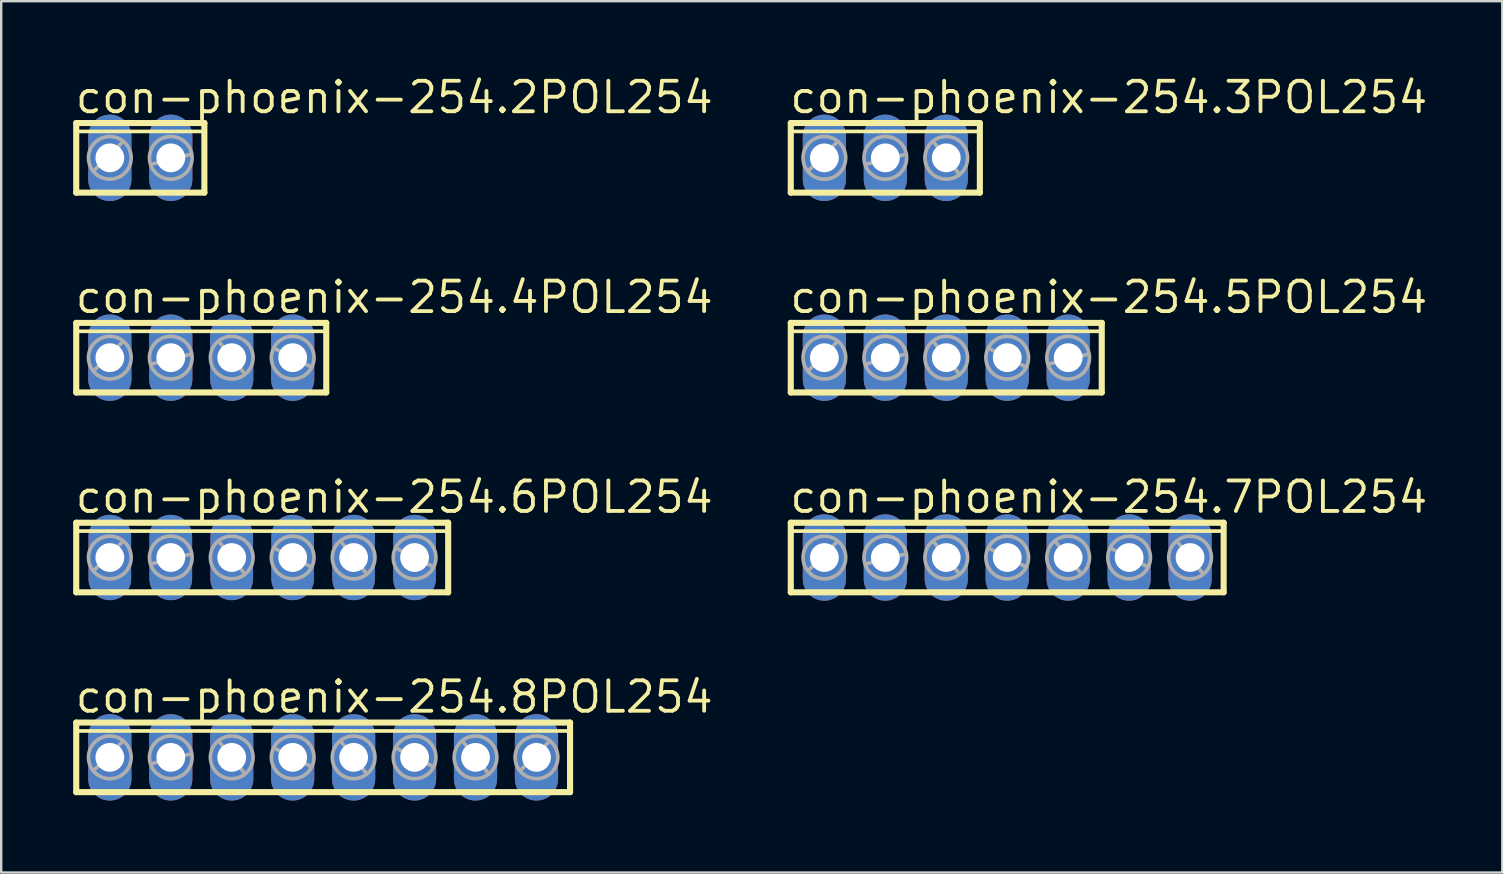
<source format=kicad_pcb>
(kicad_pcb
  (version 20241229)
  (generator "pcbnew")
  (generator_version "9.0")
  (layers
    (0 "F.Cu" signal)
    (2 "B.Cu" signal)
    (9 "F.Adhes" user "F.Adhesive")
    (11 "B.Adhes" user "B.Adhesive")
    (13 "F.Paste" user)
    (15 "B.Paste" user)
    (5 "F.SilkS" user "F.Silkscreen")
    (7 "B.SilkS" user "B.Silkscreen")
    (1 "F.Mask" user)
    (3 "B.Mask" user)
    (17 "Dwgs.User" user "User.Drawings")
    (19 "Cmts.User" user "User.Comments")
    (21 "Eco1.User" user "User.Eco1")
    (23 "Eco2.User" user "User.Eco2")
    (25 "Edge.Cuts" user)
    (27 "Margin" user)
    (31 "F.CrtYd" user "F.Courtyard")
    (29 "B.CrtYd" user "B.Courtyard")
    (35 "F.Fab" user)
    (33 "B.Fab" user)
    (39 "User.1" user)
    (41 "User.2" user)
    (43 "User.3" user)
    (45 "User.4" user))
  (footprint "con-phoenix-254.7POL254"
    (layer "F.Cu")
    (at 38.925 20.184)
    (property "Reference" "con-phoenix-254.7POL254" (at -9.144 -1.778 0) (layer "F.SilkS") (effects (font (size 1.27 1.27) (thickness 0.16)) (justify left bottom)))
    (attr through_hole)
    (fp_line (start -9.02 -1.45) (end -9.02 1.45) (stroke (width 0.254) (type default)) (layer "F.SilkS"))
    (fp_line (start -9.02 1.45) (end 9.02 1.45) (stroke (width 0.254) (type default)) (layer "F.SilkS"))
    (fp_line (start -8.91 -1.1) (end 8.91 -1.1) (stroke (width 0.152) (type default)) (layer "F.SilkS"))
    (fp_line (start 9.02 -1.45) (end -9.02 -1.45) (stroke (width 0.254) (type default)) (layer "F.SilkS"))
    (fp_line (start 9.02 1.45) (end 9.02 -1.45) (stroke (width 0.254) (type default)) (layer "F.SilkS"))
    (fp_line (start -8.255 0.508) (end -7.112 -0.635) (stroke (width 0.152) (type default)) (layer "F.Fab"))
    (fp_line (start -5.842 0.254) (end -4.318 -0.127) (stroke (width 0.152) (type default)) (layer "F.Fab"))
    (fp_line (start -3.048 -0.635) (end -2.032 0.635) (stroke (width 0.152) (type default)) (layer "F.Fab"))
    (fp_line (start -0.762 -0.381) (end 0.762 0.381) (stroke (width 0.152) (type default)) (layer "F.Fab"))
    (fp_line (start 2.032 -0.635) (end 3.048 0.635) (stroke (width 0.152) (type default)) (layer "F.Fab"))
    (fp_line (start 4.318 -0.381) (end 5.842 0.381) (stroke (width 0.152) (type default)) (layer "F.Fab"))
    (fp_line (start 7.112 -0.635) (end 8.128 0.635) (stroke (width 0.152) (type default)) (layer "F.Fab"))
    (fp_circle (center -7.62 0) (end -6.731 0) (stroke (width 0.152) (type default)) (fill no) (layer "F.Fab"))
    (fp_circle (center -5.08 0) (end -4.191 0) (stroke (width 0.152) (type default)) (fill no) (layer "F.Fab"))
    (fp_circle (center -2.54 0) (end -1.651 0) (stroke (width 0.152) (type default)) (fill no) (layer "F.Fab"))
    (fp_circle (center 0 0) (end 0.889 0) (stroke (width 0.152) (type default)) (fill no) (layer "F.Fab"))
    (fp_circle (center 2.54 0) (end 3.429 0) (stroke (width 0.152) (type default)) (fill no) (layer "F.Fab"))
    (fp_circle (center 5.08 0) (end 5.969 0) (stroke (width 0.152) (type default)) (fill no) (layer "F.Fab"))
    (fp_circle (center 7.62 0) (end 8.509 0) (stroke (width 0.152) (type default)) (fill no) (layer "F.Fab"))
    (pad "1" thru_hole oval (at -7.62 0 90) (size 3.6 1.8) (drill 1.2) (layers "*.Cu" "*.Mask"))
    (pad "2" thru_hole oval (at -5.08 0 90) (size 3.6 1.8) (drill 1.2) (layers "*.Cu" "*.Mask"))
    (pad "3" thru_hole oval (at -2.54 0 90) (size 3.6 1.8) (drill 1.2) (layers "*.Cu" "*.Mask"))
    (pad "4" thru_hole oval (at 0 0 90) (size 3.6 1.8) (drill 1.2) (layers "*.Cu" "*.Mask"))
    (pad "5" thru_hole oval (at 2.54 0 90) (size 3.6 1.8) (drill 1.2) (layers "*.Cu" "*.Mask"))
    (pad "6" thru_hole oval (at 5.08 0 90) (size 3.6 1.8) (drill 1.2) (layers "*.Cu" "*.Mask"))
    (pad "7" thru_hole oval (at 7.62 0 90) (size 3.6 1.8) (drill 1.2) (layers "*.Cu" "*.Mask")))
  (footprint "con-phoenix-254.6POL254"
    (layer "F.Cu")
    (at 7.877 20.184)
    (property "Reference" "con-phoenix-254.6POL254" (at -7.874 -1.778 0) (layer "F.SilkS") (effects (font (size 1.27 1.27) (thickness 0.16)) (justify left bottom)))
    (attr through_hole)
    (fp_line (start -7.75 -1.45) (end -7.75 1.45) (stroke (width 0.254) (type default)) (layer "F.SilkS"))
    (fp_line (start -7.75 1.45) (end 7.75 1.45) (stroke (width 0.254) (type default)) (layer "F.SilkS"))
    (fp_line (start -7.64 -1.1) (end 7.64 -1.1) (stroke (width 0.152) (type default)) (layer "F.SilkS"))
    (fp_line (start 7.75 -1.45) (end -7.75 -1.45) (stroke (width 0.254) (type default)) (layer "F.SilkS"))
    (fp_line (start 7.75 1.45) (end 7.75 -1.45) (stroke (width 0.254) (type default)) (layer "F.SilkS"))
    (fp_line (start -6.985 0.508) (end -5.842 -0.635) (stroke (width 0.152) (type default)) (layer "F.Fab"))
    (fp_line (start -4.572 0.254) (end -3.048 -0.127) (stroke (width 0.152) (type default)) (layer "F.Fab"))
    (fp_line (start -1.778 -0.635) (end -0.762 0.635) (stroke (width 0.152) (type default)) (layer "F.Fab"))
    (fp_line (start 0.508 -0.381) (end 2.032 0.381) (stroke (width 0.152) (type default)) (layer "F.Fab"))
    (fp_line (start 3.302 -0.635) (end 4.318 0.635) (stroke (width 0.152) (type default)) (layer "F.Fab"))
    (fp_line (start 5.588 -0.381) (end 7.112 0.381) (stroke (width 0.152) (type default)) (layer "F.Fab"))
    (fp_circle (center -6.35 0) (end -5.461 0) (stroke (width 0.152) (type default)) (fill no) (layer "F.Fab"))
    (fp_circle (center -3.81 0) (end -2.921 0) (stroke (width 0.152) (type default)) (fill no) (layer "F.Fab"))
    (fp_circle (center -1.27 0) (end -0.381 0) (stroke (width 0.152) (type default)) (fill no) (layer "F.Fab"))
    (fp_circle (center 1.27 0) (end 2.159 0) (stroke (width 0.152) (type default)) (fill no) (layer "F.Fab"))
    (fp_circle (center 3.81 0) (end 4.699 0) (stroke (width 0.152) (type default)) (fill no) (layer "F.Fab"))
    (fp_circle (center 6.35 0) (end 7.239 0) (stroke (width 0.152) (type default)) (fill no) (layer "F.Fab"))
    (pad "1" thru_hole oval (at -6.35 0 90) (size 3.556 1.778) (drill 1.2) (layers "*.Cu" "*.Mask"))
    (pad "2" thru_hole oval (at -3.81 0 90) (size 3.556 1.778) (drill 1.2) (layers "*.Cu" "*.Mask"))
    (pad "3" thru_hole oval (at -1.27 0 90) (size 3.556 1.778) (drill 1.2) (layers "*.Cu" "*.Mask"))
    (pad "4" thru_hole oval (at 1.27 0 90) (size 3.556 1.778) (drill 1.2) (layers "*.Cu" "*.Mask"))
    (pad "5" thru_hole oval (at 3.81 0 90) (size 3.556 1.778) (drill 1.2) (layers "*.Cu" "*.Mask"))
    (pad "6" thru_hole oval (at 6.35 0 90) (size 3.556 1.778) (drill 1.2) (layers "*.Cu" "*.Mask")))
  (footprint "con-phoenix-254.4POL254"
    (layer "F.Cu")
    (at 5.337 11.856)
    (property "Reference" "con-phoenix-254.4POL254" (at -5.334 -1.778 0) (layer "F.SilkS") (effects (font (size 1.27 1.27) (thickness 0.16)) (justify left bottom)))
    (attr through_hole)
    (fp_line (start -5.21 -1.45) (end -5.21 1.45) (stroke (width 0.254) (type default)) (layer "F.SilkS"))
    (fp_line (start -5.21 1.45) (end 5.21 1.45) (stroke (width 0.254) (type default)) (layer "F.SilkS"))
    (fp_line (start -5.1 -1.1) (end 5.1 -1.1) (stroke (width 0.152) (type default)) (layer "F.SilkS"))
    (fp_line (start 5.21 -1.45) (end -5.21 -1.45) (stroke (width 0.254) (type default)) (layer "F.SilkS"))
    (fp_line (start 5.21 1.45) (end 5.21 -1.45) (stroke (width 0.254) (type default)) (layer "F.SilkS"))
    (fp_line (start -4.445 0.508) (end -3.302 -0.635) (stroke (width 0.152) (type default)) (layer "F.Fab"))
    (fp_line (start -2.032 0.254) (end -0.508 -0.127) (stroke (width 0.152) (type default)) (layer "F.Fab"))
    (fp_line (start 0.762 -0.635) (end 1.778 0.635) (stroke (width 0.152) (type default)) (layer "F.Fab"))
    (fp_line (start 3.048 -0.381) (end 4.572 0.381) (stroke (width 0.152) (type default)) (layer "F.Fab"))
    (fp_circle (center -3.81 0) (end -2.921 0) (stroke (width 0.152) (type default)) (fill no) (layer "F.Fab"))
    (fp_circle (center -1.27 0) (end -0.381 0) (stroke (width 0.152) (type default)) (fill no) (layer "F.Fab"))
    (fp_circle (center 1.27 0) (end 2.159 0) (stroke (width 0.152) (type default)) (fill no) (layer "F.Fab"))
    (fp_circle (center 3.81 0) (end 4.699 0) (stroke (width 0.152) (type default)) (fill no) (layer "F.Fab"))
    (pad "1" thru_hole oval (at -3.81 0 90) (size 3.6 1.8) (drill 1.2) (layers "*.Cu" "*.Mask"))
    (pad "2" thru_hole oval (at -1.27 0 90) (size 3.6 1.8) (drill 1.2) (layers "*.Cu" "*.Mask"))
    (pad "3" thru_hole oval (at 1.27 0 90) (size 3.6 1.8) (drill 1.2) (layers "*.Cu" "*.Mask"))
    (pad "4" thru_hole oval (at 3.81 0 90) (size 3.6 1.8) (drill 1.2) (layers "*.Cu" "*.Mask")))
  (footprint "con-phoenix-254.2POL254"
    (layer "F.Cu")
    (at 2.797 3.528)
    (property "Reference" "con-phoenix-254.2POL254" (at -2.794 -1.778 0) (layer "F.SilkS") (effects (font (size 1.27 1.27) (thickness 0.16)) (justify left bottom)))
    (attr through_hole)
    (fp_line (start -2.67 -1.45) (end -2.67 1.45) (stroke (width 0.254) (type default)) (layer "F.SilkS"))
    (fp_line (start -2.67 1.45) (end 2.67 1.45) (stroke (width 0.254) (type default)) (layer "F.SilkS"))
    (fp_line (start -2.56 -1.1) (end 2.56 -1.1) (stroke (width 0.152) (type default)) (layer "F.SilkS"))
    (fp_line (start 2.67 -1.45) (end -2.67 -1.45) (stroke (width 0.254) (type default)) (layer "F.SilkS"))
    (fp_line (start 2.67 1.45) (end 2.67 -1.45) (stroke (width 0.254) (type default)) (layer "F.SilkS"))
    (fp_line (start -1.905 0.508) (end -0.762 -0.635) (stroke (width 0.152) (type default)) (layer "F.Fab"))
    (fp_line (start 0.508 0.254) (end 2.032 -0.127) (stroke (width 0.152) (type default)) (layer "F.Fab"))
    (fp_circle (center -1.27 0) (end -0.381 0) (stroke (width 0.152) (type default)) (fill no) (layer "F.Fab"))
    (fp_circle (center 1.27 0) (end 2.159 0) (stroke (width 0.152) (type default)) (fill no) (layer "F.Fab"))
    (pad "1" thru_hole oval (at -1.27 0 90) (size 3.6 1.8) (drill 1.2) (layers "*.Cu" "*.Mask"))
    (pad "2" thru_hole oval (at 1.27 0 90) (size 3.6 1.8) (drill 1.2) (layers "*.Cu" "*.Mask")))
  (footprint "con-phoenix-254.5POL254"
    (layer "F.Cu")
    (at 36.385 11.856)
    (property "Reference" "con-phoenix-254.5POL254" (at -6.604 -1.778 0) (layer "F.SilkS") (effects (font (size 1.27 1.27) (thickness 0.16)) (justify left bottom)))
    (attr through_hole)
    (fp_line (start -6.48 -1.45) (end -6.48 1.45) (stroke (width 0.254) (type default)) (layer "F.SilkS"))
    (fp_line (start -6.48 1.45) (end 6.48 1.45) (stroke (width 0.254) (type default)) (layer "F.SilkS"))
    (fp_line (start -6.37 -1.1) (end 6.37 -1.1) (stroke (width 0.152) (type default)) (layer "F.SilkS"))
    (fp_line (start 6.48 -1.45) (end -6.48 -1.45) (stroke (width 0.254) (type default)) (layer "F.SilkS"))
    (fp_line (start 6.48 1.45) (end 6.48 -1.45) (stroke (width 0.254) (type default)) (layer "F.SilkS"))
    (fp_line (start -5.715 0.508) (end -4.572 -0.635) (stroke (width 0.152) (type default)) (layer "F.Fab"))
    (fp_line (start -3.302 0.254) (end -1.778 -0.127) (stroke (width 0.152) (type default)) (layer "F.Fab"))
    (fp_line (start -0.508 -0.635) (end 0.508 0.635) (stroke (width 0.152) (type default)) (layer "F.Fab"))
    (fp_line (start 1.778 -0.381) (end 3.302 0.381) (stroke (width 0.152) (type default)) (layer "F.Fab"))
    (fp_line (start 4.318 0.254) (end 5.842 -0.127) (stroke (width 0.152) (type default)) (layer "F.Fab"))
    (fp_circle (center -5.08 0) (end -4.191 0) (stroke (width 0.152) (type default)) (fill no) (layer "F.Fab"))
    (fp_circle (center -2.54 0) (end -1.651 0) (stroke (width 0.152) (type default)) (fill no) (layer "F.Fab"))
    (fp_circle (center 0 0) (end 0.889 0) (stroke (width 0.152) (type default)) (fill no) (layer "F.Fab"))
    (fp_circle (center 2.54 0) (end 3.429 0) (stroke (width 0.152) (type default)) (fill no) (layer "F.Fab"))
    (fp_circle (center 5.08 0) (end 5.969 0) (stroke (width 0.152) (type default)) (fill no) (layer "F.Fab"))
    (pad "1" thru_hole oval (at -5.08 0 90) (size 3.6 1.8) (drill 1.2) (layers "*.Cu" "*.Mask"))
    (pad "2" thru_hole oval (at -2.54 0 90) (size 3.6 1.8) (drill 1.2) (layers "*.Cu" "*.Mask"))
    (pad "3" thru_hole oval (at 0 0 90) (size 3.6 1.8) (drill 1.2) (layers "*.Cu" "*.Mask"))
    (pad "4" thru_hole oval (at 2.54 0 90) (size 3.6 1.8) (drill 1.2) (layers "*.Cu" "*.Mask"))
    (pad "5" thru_hole oval (at 5.08 0 90) (size 3.6 1.8) (drill 1.2) (layers "*.Cu" "*.Mask")))
  (footprint "con-phoenix-254.8POL254"
    (layer "F.Cu")
    (at 10.417 28.512)
    (property "Reference" "con-phoenix-254.8POL254" (at -10.414 -1.778 0) (layer "F.SilkS") (effects (font (size 1.27 1.27) (thickness 0.16)) (justify left bottom)))
    (attr through_hole)
    (fp_line (start -10.29 -1.45) (end -10.29 1.45) (stroke (width 0.254) (type default)) (layer "F.SilkS"))
    (fp_line (start -10.29 1.45) (end 10.29 1.45) (stroke (width 0.254) (type default)) (layer "F.SilkS"))
    (fp_line (start -10.18 -1.1) (end 10.18 -1.1) (stroke (width 0.152) (type default)) (layer "F.SilkS"))
    (fp_line (start 10.29 -1.45) (end -10.29 -1.45) (stroke (width 0.254) (type default)) (layer "F.SilkS"))
    (fp_line (start 10.29 1.45) (end 10.29 -1.45) (stroke (width 0.254) (type default)) (layer "F.SilkS"))
    (fp_line (start -9.525 0.508) (end -8.382 -0.635) (stroke (width 0.152) (type default)) (layer "F.Fab"))
    (fp_line (start -7.112 0.254) (end -5.588 -0.127) (stroke (width 0.152) (type default)) (layer "F.Fab"))
    (fp_line (start -4.318 -0.635) (end -3.302 0.635) (stroke (width 0.152) (type default)) (layer "F.Fab"))
    (fp_line (start -2.032 -0.381) (end -0.508 0.381) (stroke (width 0.152) (type default)) (layer "F.Fab"))
    (fp_line (start 0.762 -0.635) (end 1.778 0.635) (stroke (width 0.152) (type default)) (layer "F.Fab"))
    (fp_line (start 3.048 -0.381) (end 4.572 0.381) (stroke (width 0.152) (type default)) (layer "F.Fab"))
    (fp_line (start 5.842 -0.635) (end 6.858 0.635) (stroke (width 0.152) (type default)) (layer "F.Fab"))
    (fp_line (start 8.255 0.508) (end 9.398 -0.635) (stroke (width 0.152) (type default)) (layer "F.Fab"))
    (fp_circle (center -8.89 0) (end -8.001 0) (stroke (width 0.152) (type default)) (fill no) (layer "F.Fab"))
    (fp_circle (center -6.35 0) (end -5.461 0) (stroke (width 0.152) (type default)) (fill no) (layer "F.Fab"))
    (fp_circle (center -3.81 0) (end -2.921 0) (stroke (width 0.152) (type default)) (fill no) (layer "F.Fab"))
    (fp_circle (center -1.27 0) (end -0.381 0) (stroke (width 0.152) (type default)) (fill no) (layer "F.Fab"))
    (fp_circle (center 1.27 0) (end 2.159 0) (stroke (width 0.152) (type default)) (fill no) (layer "F.Fab"))
    (fp_circle (center 3.81 0) (end 4.699 0) (stroke (width 0.152) (type default)) (fill no) (layer "F.Fab"))
    (fp_circle (center 6.35 0) (end 7.239 0) (stroke (width 0.152) (type default)) (fill no) (layer "F.Fab"))
    (fp_circle (center 8.89 0) (end 9.779 0) (stroke (width 0.152) (type default)) (fill no) (layer "F.Fab"))
    (pad "1" thru_hole oval (at -8.89 0 90) (size 3.6 1.8) (drill 1.2) (layers "*.Cu" "*.Mask"))
    (pad "2" thru_hole oval (at -6.35 0 90) (size 3.6 1.8) (drill 1.2) (layers "*.Cu" "*.Mask"))
    (pad "3" thru_hole oval (at -3.81 0 90) (size 3.6 1.8) (drill 1.2) (layers "*.Cu" "*.Mask"))
    (pad "4" thru_hole oval (at -1.27 0 90) (size 3.6 1.8) (drill 1.2) (layers "*.Cu" "*.Mask"))
    (pad "5" thru_hole oval (at 1.27 0 90) (size 3.6 1.8) (drill 1.2) (layers "*.Cu" "*.Mask"))
    (pad "6" thru_hole oval (at 3.81 0 90) (size 3.6 1.8) (drill 1.2) (layers "*.Cu" "*.Mask"))
    (pad "7" thru_hole oval (at 6.35 0 90) (size 3.6 1.8) (drill 1.2) (layers "*.Cu" "*.Mask"))
    (pad "8" thru_hole oval (at 8.89 0 90) (size 3.6 1.8) (drill 1.2) (layers "*.Cu" "*.Mask")))
  (footprint "con-phoenix-254.3POL254"
    (layer "F.Cu")
    (at 33.845 3.528)
    (property "Reference" "con-phoenix-254.3POL254" (at -4.064 -1.778 0) (layer "F.SilkS") (effects (font (size 1.27 1.27) (thickness 0.16)) (justify left bottom)))
    (attr through_hole)
    (fp_line (start -3.94 -1.45) (end -3.94 1.45) (stroke (width 0.254) (type default)) (layer "F.SilkS"))
    (fp_line (start -3.94 1.45) (end 3.94 1.45) (stroke (width 0.254) (type default)) (layer "F.SilkS"))
    (fp_line (start -3.83 -1.1) (end 3.83 -1.1) (stroke (width 0.152) (type default)) (layer "F.SilkS"))
    (fp_line (start 3.94 -1.45) (end -3.94 -1.45) (stroke (width 0.254) (type default)) (layer "F.SilkS"))
    (fp_line (start 3.94 1.45) (end 3.94 -1.45) (stroke (width 0.254) (type default)) (layer "F.SilkS"))
    (fp_line (start -3.175 0.508) (end -2.032 -0.635) (stroke (width 0.152) (type default)) (layer "F.Fab"))
    (fp_line (start -0.762 0.254) (end 0.762 -0.127) (stroke (width 0.152) (type default)) (layer "F.Fab"))
    (fp_line (start 2.032 -0.635) (end 3.048 0.635) (stroke (width 0.152) (type default)) (layer "F.Fab"))
    (fp_circle (center -2.54 0) (end -1.651 0) (stroke (width 0.152) (type default)) (fill no) (layer "F.Fab"))
    (fp_circle (center 0 0) (end 0.889 0) (stroke (width 0.152) (type default)) (fill no) (layer "F.Fab"))
    (fp_circle (center 2.54 0) (end 3.429 0) (stroke (width 0.152) (type default)) (fill no) (layer "F.Fab"))
    (pad "1" thru_hole oval (at -2.54 0 90) (size 3.6 1.8) (drill 1.2) (layers "*.Cu" "*.Mask"))
    (pad "2" thru_hole oval (at 0 0 90) (size 3.6 1.8) (drill 1.2) (layers "*.Cu" "*.Mask"))
    (pad "3" thru_hole oval (at 2.54 0 90) (size 3.6 1.8) (drill 1.2) (layers "*.Cu" "*.Mask")))
  (gr_rect
    (start -3 -3)
    (end 59.556 33.312)
    (stroke (width 0.1) (type default))
    (fill no)
    (layer "Edge.Cuts")))
</source>
